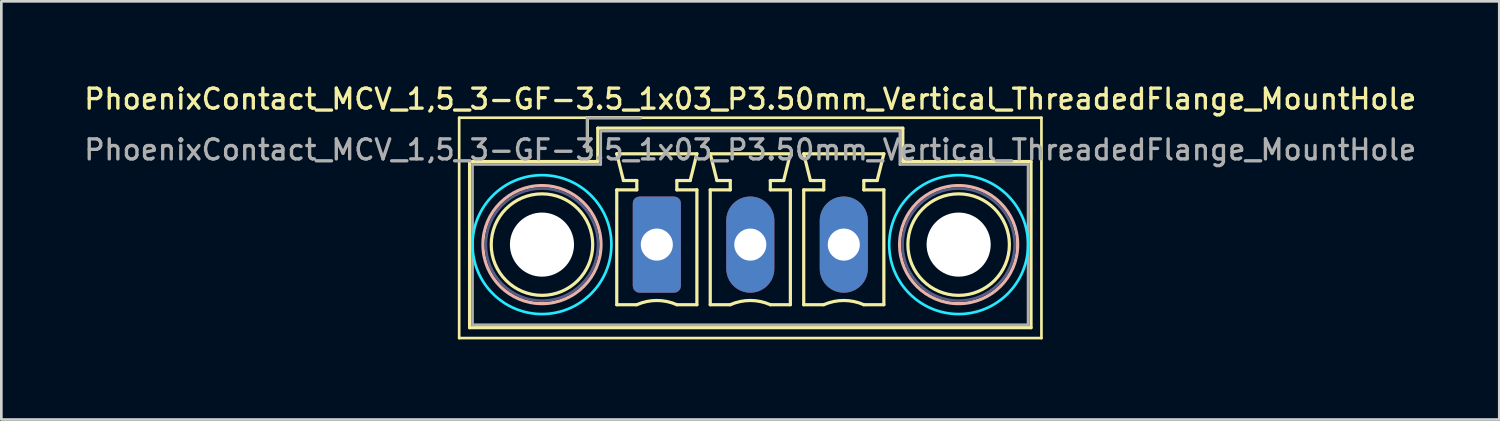
<source format=kicad_pcb>
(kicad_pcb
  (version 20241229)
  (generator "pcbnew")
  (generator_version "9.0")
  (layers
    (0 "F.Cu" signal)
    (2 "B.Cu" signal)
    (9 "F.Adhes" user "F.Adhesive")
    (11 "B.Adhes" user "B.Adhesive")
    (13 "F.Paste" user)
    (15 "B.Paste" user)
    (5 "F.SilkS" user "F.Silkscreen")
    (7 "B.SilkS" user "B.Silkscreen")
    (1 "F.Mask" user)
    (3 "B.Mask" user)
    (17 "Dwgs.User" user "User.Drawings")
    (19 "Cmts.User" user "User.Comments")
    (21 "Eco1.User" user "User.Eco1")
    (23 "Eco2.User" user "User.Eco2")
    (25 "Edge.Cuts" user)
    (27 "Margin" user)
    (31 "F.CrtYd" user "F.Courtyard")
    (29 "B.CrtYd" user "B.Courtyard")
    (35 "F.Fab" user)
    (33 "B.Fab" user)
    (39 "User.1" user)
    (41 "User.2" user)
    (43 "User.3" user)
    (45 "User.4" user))
  (footprint "PhoenixContact_MCV_1,5_3-GF-3.5_1x03_P3.50mm_Vertical_ThreadedFlange_MountHole"
    (layer "F.Cu")
    (at 21.541 6.108)
    (property "Reference" "PhoenixContact_MCV_1,5_3-GF-3.5_1x03_P3.50mm_Vertical_ThreadedFlange_MountHole" (at 3.5 -5.45 0) (layer "F.SilkS") (effects (font (size 0.75 0.75) (thickness 0.125))))
    (attr through_hole)
    (fp_line (start -7.4 -4.75) (end -7.4 3.5) (stroke (width 0.1) (type solid)) (layer "F.SilkS"))
    (fp_line (start -7.4 3.5) (end 14.4 3.5) (stroke (width 0.1) (type solid)) (layer "F.SilkS"))
    (fp_line (start -7.01 -3.11) (end -7.01 3.11) (stroke (width 0.12) (type solid)) (layer "F.SilkS"))
    (fp_line (start -7.01 3.11) (end 14.01 3.11) (stroke (width 0.12) (type solid)) (layer "F.SilkS"))
    (fp_line (start -2.6 -4.75) (end -0.6 -4.75) (stroke (width 0.12) (type solid)) (layer "F.SilkS"))
    (fp_line (start -2.6 -3.5) (end -2.6 -4.75) (stroke (width 0.12) (type solid)) (layer "F.SilkS"))
    (fp_line (start -2.21 -4.36) (end -2.21 -3.11) (stroke (width 0.12) (type solid)) (layer "F.SilkS"))
    (fp_line (start -2.21 -3.11) (end -7.01 -3.11) (stroke (width 0.12) (type solid)) (layer "F.SilkS"))
    (fp_line (start -1.5 -3.4) (end 1.5 -3.4) (stroke (width 0.12) (type solid)) (layer "F.SilkS"))
    (fp_line (start -1.5 -2.05) (end -0.75 -2.05) (stroke (width 0.12) (type solid)) (layer "F.SilkS"))
    (fp_line (start -1.5 2.25) (end -1.5 -2.05) (stroke (width 0.12) (type solid)) (layer "F.SilkS"))
    (fp_line (start -1.25 -2.4) (end -1.5 -3.4) (stroke (width 0.12) (type solid)) (layer "F.SilkS"))
    (fp_line (start -0.75 -2.4) (end -1.25 -2.4) (stroke (width 0.12) (type solid)) (layer "F.SilkS"))
    (fp_line (start -0.75 -2.05) (end -0.75 -2.4) (stroke (width 0.12) (type solid)) (layer "F.SilkS"))
    (fp_line (start -0.75 2.25) (end -1.5 2.25) (stroke (width 0.12) (type solid)) (layer "F.SilkS"))
    (fp_line (start 0.75 -2.4) (end 0.75 -2.05) (stroke (width 0.12) (type solid)) (layer "F.SilkS"))
    (fp_line (start 0.75 -2.05) (end 1.5 -2.05) (stroke (width 0.12) (type solid)) (layer "F.SilkS"))
    (fp_line (start 1.25 -2.4) (end 0.75 -2.4) (stroke (width 0.12) (type solid)) (layer "F.SilkS"))
    (fp_line (start 1.5 -3.4) (end 1.25 -2.4) (stroke (width 0.12) (type solid)) (layer "F.SilkS"))
    (fp_line (start 1.5 -2.05) (end 1.5 2.25) (stroke (width 0.12) (type solid)) (layer "F.SilkS"))
    (fp_line (start 1.5 2.25) (end 0.75 2.25) (stroke (width 0.12) (type solid)) (layer "F.SilkS"))
    (fp_line (start 2 -3.4) (end 5 -3.4) (stroke (width 0.12) (type solid)) (layer "F.SilkS"))
    (fp_line (start 2 -2.05) (end 2.75 -2.05) (stroke (width 0.12) (type solid)) (layer "F.SilkS"))
    (fp_line (start 2 2.25) (end 2 -2.05) (stroke (width 0.12) (type solid)) (layer "F.SilkS"))
    (fp_line (start 2.25 -2.4) (end 2 -3.4) (stroke (width 0.12) (type solid)) (layer "F.SilkS"))
    (fp_line (start 2.75 -2.4) (end 2.25 -2.4) (stroke (width 0.12) (type solid)) (layer "F.SilkS"))
    (fp_line (start 2.75 -2.05) (end 2.75 -2.4) (stroke (width 0.12) (type solid)) (layer "F.SilkS"))
    (fp_line (start 2.75 2.25) (end 2 2.25) (stroke (width 0.12) (type solid)) (layer "F.SilkS"))
    (fp_line (start 4.25 -2.4) (end 4.25 -2.05) (stroke (width 0.12) (type solid)) (layer "F.SilkS"))
    (fp_line (start 4.25 -2.05) (end 5 -2.05) (stroke (width 0.12) (type solid)) (layer "F.SilkS"))
    (fp_line (start 4.75 -2.4) (end 4.25 -2.4) (stroke (width 0.12) (type solid)) (layer "F.SilkS"))
    (fp_line (start 5 -3.4) (end 4.75 -2.4) (stroke (width 0.12) (type solid)) (layer "F.SilkS"))
    (fp_line (start 5 -2.05) (end 5 2.25) (stroke (width 0.12) (type solid)) (layer "F.SilkS"))
    (fp_line (start 5 2.25) (end 4.25 2.25) (stroke (width 0.12) (type solid)) (layer "F.SilkS"))
    (fp_line (start 5.5 -3.4) (end 8.5 -3.4) (stroke (width 0.12) (type solid)) (layer "F.SilkS"))
    (fp_line (start 5.5 -2.05) (end 6.25 -2.05) (stroke (width 0.12) (type solid)) (layer "F.SilkS"))
    (fp_line (start 5.5 2.25) (end 5.5 -2.05) (stroke (width 0.12) (type solid)) (layer "F.SilkS"))
    (fp_line (start 5.75 -2.4) (end 5.5 -3.4) (stroke (width 0.12) (type solid)) (layer "F.SilkS"))
    (fp_line (start 6.25 -2.4) (end 5.75 -2.4) (stroke (width 0.12) (type solid)) (layer "F.SilkS"))
    (fp_line (start 6.25 -2.05) (end 6.25 -2.4) (stroke (width 0.12) (type solid)) (layer "F.SilkS"))
    (fp_line (start 6.25 2.25) (end 5.5 2.25) (stroke (width 0.12) (type solid)) (layer "F.SilkS"))
    (fp_line (start 7.75 -2.4) (end 7.75 -2.05) (stroke (width 0.12) (type solid)) (layer "F.SilkS"))
    (fp_line (start 7.75 -2.05) (end 8.5 -2.05) (stroke (width 0.12) (type solid)) (layer "F.SilkS"))
    (fp_line (start 8.25 -2.4) (end 7.75 -2.4) (stroke (width 0.12) (type solid)) (layer "F.SilkS"))
    (fp_line (start 8.5 -3.4) (end 8.25 -2.4) (stroke (width 0.12) (type solid)) (layer "F.SilkS"))
    (fp_line (start 8.5 -2.05) (end 8.5 2.25) (stroke (width 0.12) (type solid)) (layer "F.SilkS"))
    (fp_line (start 8.5 2.25) (end 7.75 2.25) (stroke (width 0.12) (type solid)) (layer "F.SilkS"))
    (fp_line (start 9.21 -4.36) (end -2.21 -4.36) (stroke (width 0.12) (type solid)) (layer "F.SilkS"))
    (fp_line (start 9.21 -3.11) (end 9.21 -4.36) (stroke (width 0.12) (type solid)) (layer "F.SilkS"))
    (fp_line (start 14.01 -3.11) (end 9.21 -3.11) (stroke (width 0.12) (type solid)) (layer "F.SilkS"))
    (fp_line (start 14.01 3.11) (end 14.01 -3.11) (stroke (width 0.12) (type solid)) (layer "F.SilkS"))
    (fp_line (start 14.4 -4.75) (end -7.4 -4.75) (stroke (width 0.1) (type solid)) (layer "F.SilkS"))
    (fp_line (start 14.4 3.5) (end 14.4 -4.75) (stroke (width 0.1) (type solid)) (layer "F.SilkS"))
    (fp_arc (start -0.75 2.25) (mid -0.000193 2.09191) (end 0.749647 2.249844) (stroke (width 0.12) (type solid)) (layer "F.SilkS"))
    (fp_arc (start 2.75 2.25) (mid 3.499807 2.09191) (end 4.249647 2.249844) (stroke (width 0.12) (type solid)) (layer "F.SilkS"))
    (fp_arc (start 6.25 2.25) (mid 6.999807 2.09191) (end 7.749647 2.249844) (stroke (width 0.12) (type solid)) (layer "F.SilkS"))
    (fp_circle (center -4.3 0) (end -2.4 0) (stroke (width 0.12) (type solid)) (fill no) (layer "F.SilkS"))
    (fp_circle (center 11.3 0) (end 13.2 0) (stroke (width 0.12) (type solid)) (fill no) (layer "F.SilkS"))
    (fp_circle (center -4.3 0) (end -2.09 0) (stroke (width 0.12) (type solid)) (fill no) (layer "B.SilkS"))
    (fp_circle (center 11.3 0) (end 13.51 0) (stroke (width 0.12) (type solid)) (fill no) (layer "B.SilkS"))
    (fp_circle (center -4.3 0) (end -1.7 0) (stroke (width 0.1) (type solid)) (fill no) (layer "B.CrtYd"))
    (fp_circle (center 11.3 0) (end 13.9 0) (stroke (width 0.1) (type solid)) (fill no) (layer "B.CrtYd"))
    (fp_circle (center -4.3 0) (end -2.2 0) (stroke (width 0.1) (type solid)) (fill no) (layer "B.Fab"))
    (fp_circle (center 11.3 0) (end 13.4 0) (stroke (width 0.1) (type solid)) (fill no) (layer "B.Fab"))
    (fp_line (start -6.9 -3) (end -6.9 3) (stroke (width 0.1) (type solid)) (layer "F.Fab"))
    (fp_line (start -6.9 3) (end 13.9 3) (stroke (width 0.1) (type solid)) (layer "F.Fab"))
    (fp_line (start -2.6 -4.75) (end -0.6 -4.75) (stroke (width 0.1) (type solid)) (layer "F.Fab"))
    (fp_line (start -2.6 -3.5) (end -2.6 -4.75) (stroke (width 0.1) (type solid)) (layer "F.Fab"))
    (fp_line (start -2.1 -4.25) (end -2.1 -3) (stroke (width 0.1) (type solid)) (layer "F.Fab"))
    (fp_line (start -2.1 -3) (end -6.9 -3) (stroke (width 0.1) (type solid)) (layer "F.Fab"))
    (fp_line (start 9.1 -4.25) (end -2.1 -4.25) (stroke (width 0.1) (type solid)) (layer "F.Fab"))
    (fp_line (start 9.1 -3) (end 9.1 -4.25) (stroke (width 0.1) (type solid)) (layer "F.Fab"))
    (fp_line (start 13.9 -3) (end 9.1 -3) (stroke (width 0.1) (type solid)) (layer "F.Fab"))
    (fp_line (start 13.9 3) (end 13.9 -3) (stroke (width 0.1) (type solid)) (layer "F.Fab"))
    (fp_text user "${REFERENCE}" (at 3.5 -3.55 0) (layer "F.Fab") (effects (font (size 0.75 0.75) (thickness 0.125))))
    (pad "" np_thru_hole circle (at -4.3 0) (size 2.4 2.4) (drill 2.4) (layers "*.Cu" "*.Mask"))
    (pad "" np_thru_hole circle (at 11.3 0) (size 2.4 2.4) (drill 2.4) (layers "*.Cu" "*.Mask"))
    (pad "1" thru_hole roundrect (at 0 0) (size 1.8 3.6) (drill 1.2) (layers "*.Cu" "*.Mask") (roundrect_rratio 0.139))
    (pad "2" thru_hole oval (at 3.5 0) (size 1.8 3.6) (drill 1.2) (layers "*.Cu" "*.Mask"))
    (pad "3" thru_hole oval (at 7 0) (size 1.8 3.6) (drill 1.2) (layers "*.Cu" "*.Mask")))
  (gr_rect
    (start -3 -3)
    (end 53.082 12.658)
    (stroke (width 0.1) (type default))
    (fill no)
    (layer "Edge.Cuts")))
</source>
